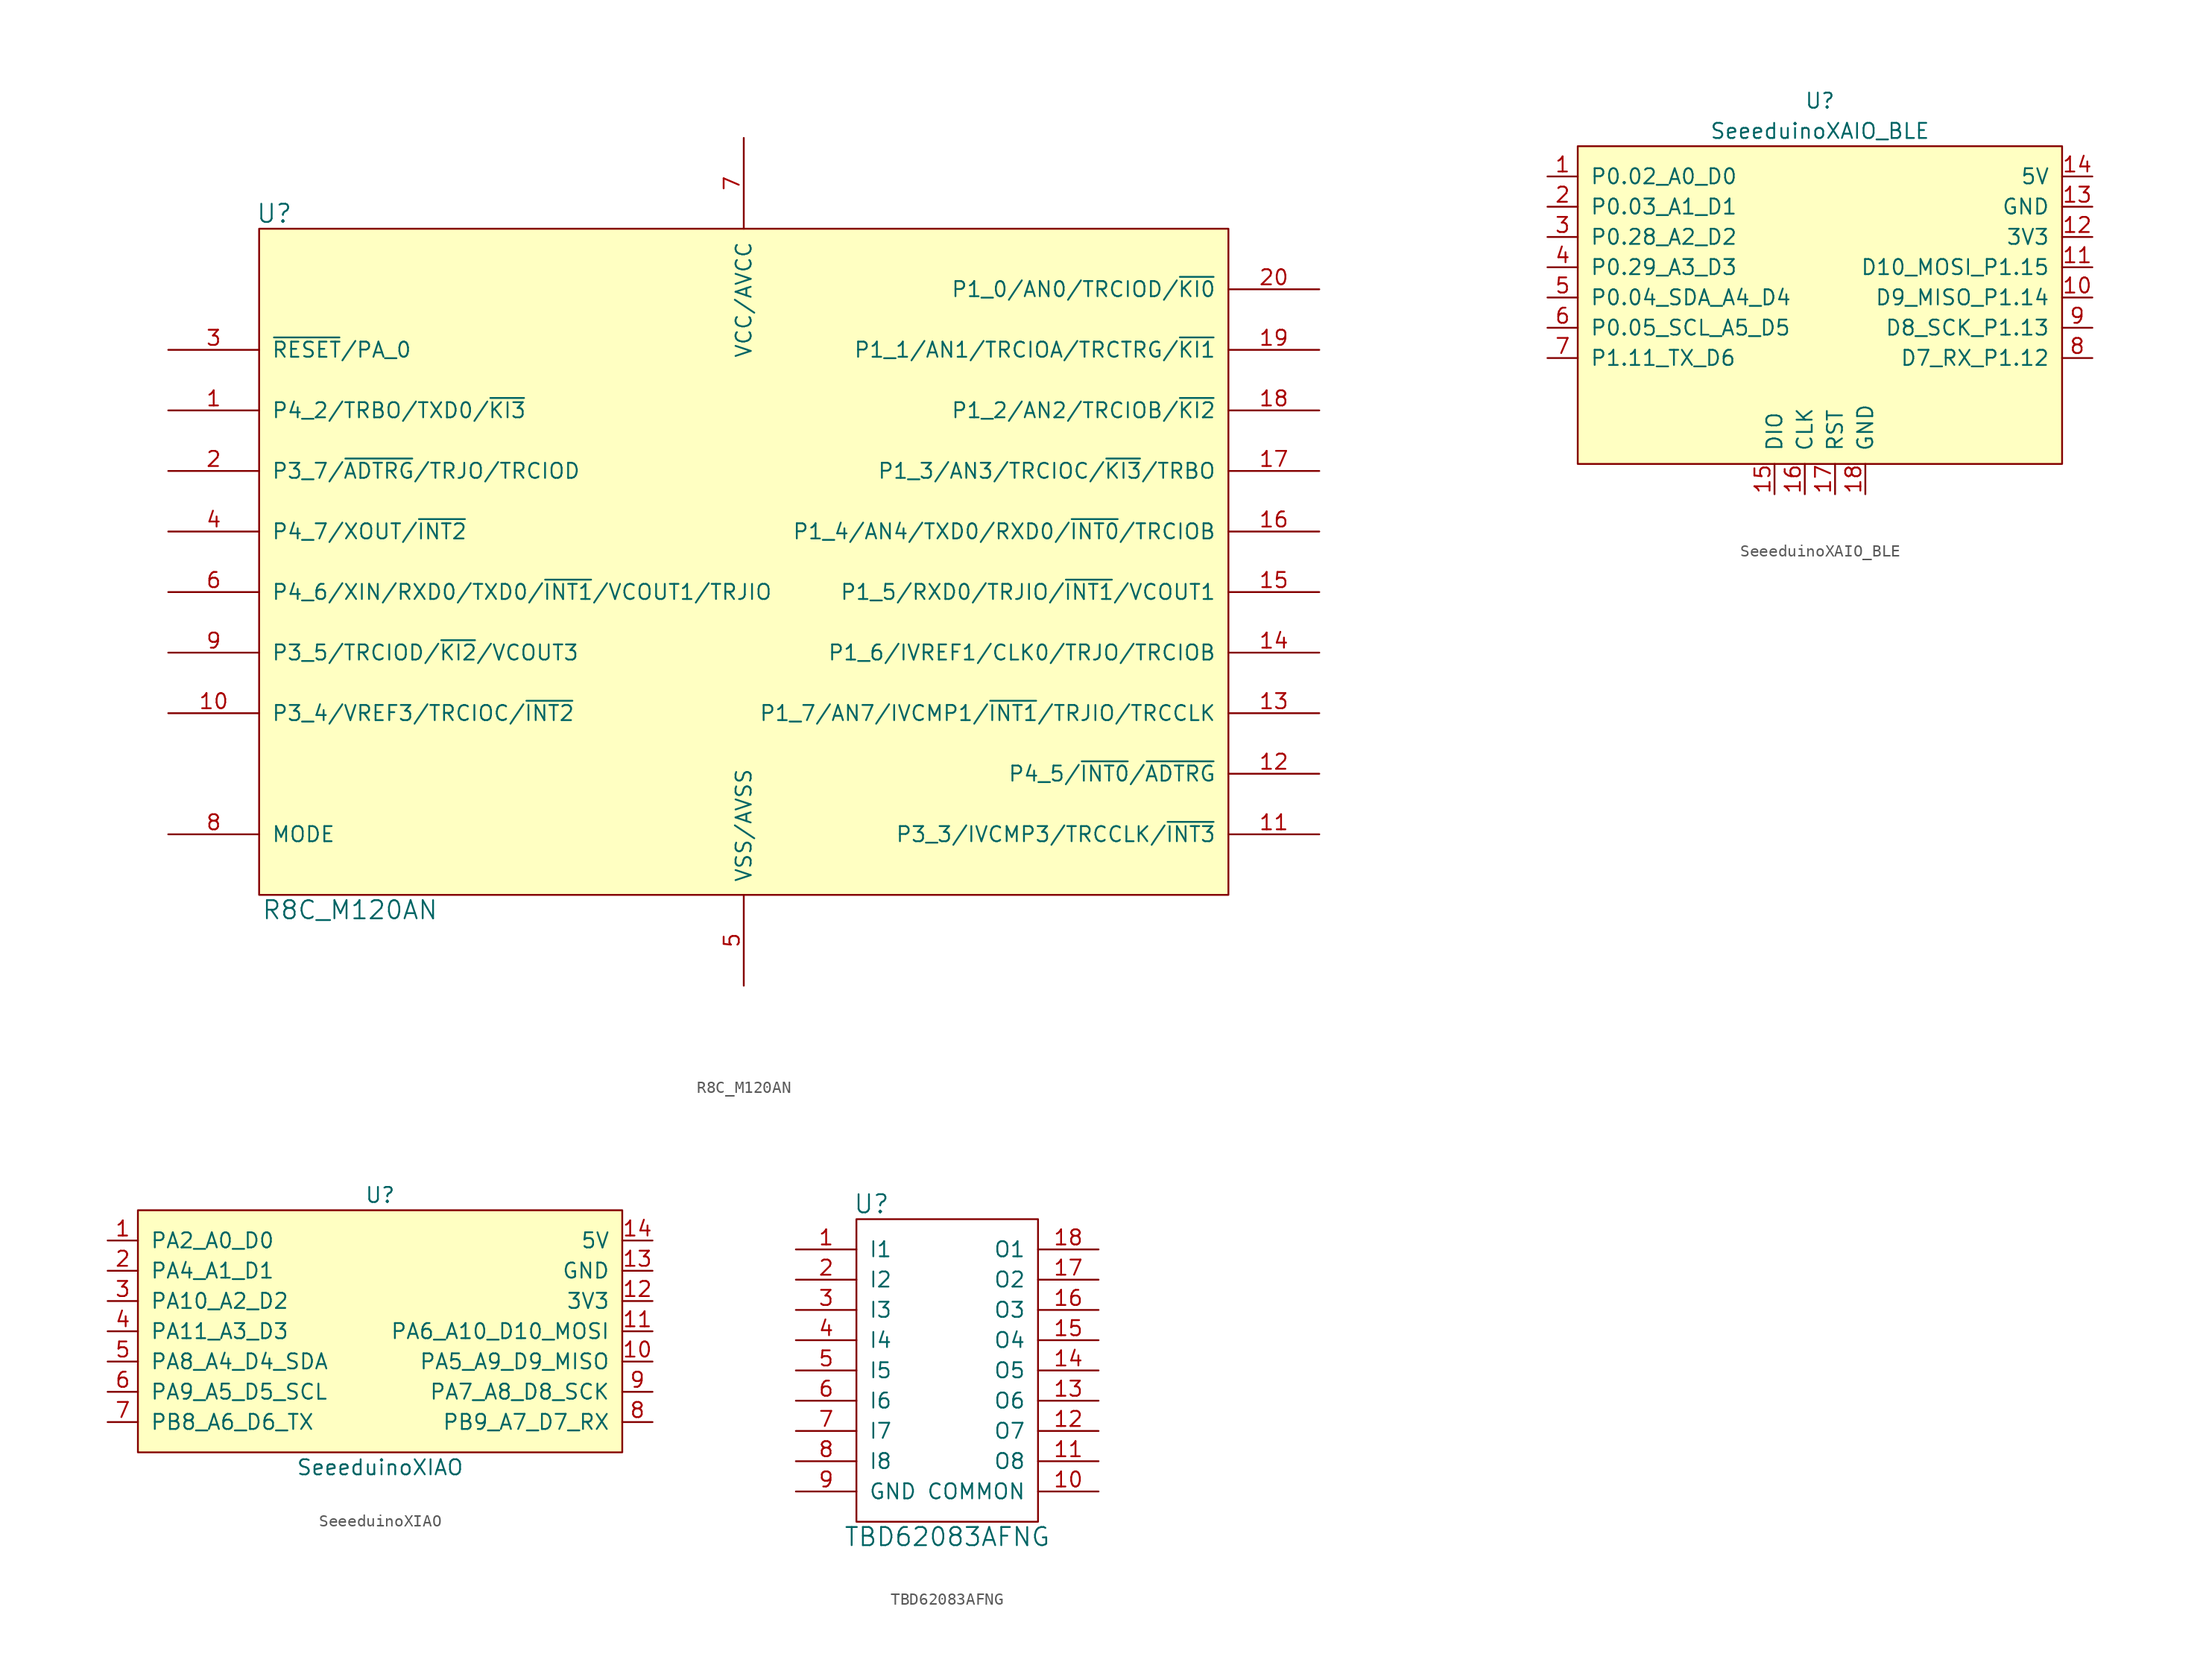
<source format=kicad_sym>
(kicad_symbol_lib
  (version 20211014)
  (generator kicad_symbol_editor)
  (symbol "R8C_M120AN"
    (pin_names
      (offset 1.016))
    (property "Reference" "U"
      (at -39.37 29.21 0)
      (effects (font (size 1.524 1.524))))
    (property "Value" "R8C_M120AN"
      (at -33.02 -29.21 0)
      (effects (font (size 1.524 1.524))))
    (property "Footprint" ""
      (at 0 0 0)
      (effects (font (size 1.524 1.524))))
    (property "Datasheet" ""
      (at 0 0 0)
      (effects (font (size 1.524 1.524))))
    (symbol "R8C_M120AN_0_1"
      (rectangle (start -40.64 27.94) (end 40.64 -27.94) (stroke (width 0) (type default) (color 0 0 0 0)) (fill (type background))))
    (symbol "R8C_M120AN_1_1"
      (pin bidirectional line (at -48.26 12.7 0) (length 7.62) (name "P4_2/TRBO/TXD0/~{KI3}" (effects (font (size 1.27 1.27)))) (number "1" (effects (font (size 1.27 1.27)))))
      (pin bidirectional line (at -48.26 -12.7 0) (length 7.62) (name "P3_4/VREF3/TRCIOC/~{INT2}" (effects (font (size 1.27 1.27)))) (number "10" (effects (font (size 1.27 1.27)))))
      (pin bidirectional line (at 48.26 -22.86 180) (length 7.62) (name "P3_3/IVCMP3/TRCCLK/~{INT3}" (effects (font (size 1.27 1.27)))) (number "11" (effects (font (size 1.27 1.27)))))
      (pin bidirectional line (at 48.26 -17.78 180) (length 7.62) (name "P4_5/~{INT0}/~{ADTRG}" (effects (font (size 1.27 1.27)))) (number "12" (effects (font (size 1.27 1.27)))))
      (pin bidirectional line (at 48.26 -12.7 180) (length 7.62) (name "P1_7/AN7/IVCMP1/~{INT1}/TRJIO/TRCCLK" (effects (font (size 1.27 1.27)))) (number "13" (effects (font (size 1.27 1.27)))))
      (pin bidirectional line (at 48.26 -7.62 180) (length 7.62) (name "P1_6/IVREF1/CLK0/TRJO/TRCIOB" (effects (font (size 1.27 1.27)))) (number "14" (effects (font (size 1.27 1.27)))))
      (pin bidirectional line (at 48.26 -2.54 180) (length 7.62) (name "P1_5/RXD0/TRJIO/~{INT1}/VCOUT1" (effects (font (size 1.27 1.27)))) (number "15" (effects (font (size 1.27 1.27)))))
      (pin bidirectional line (at 48.26 2.54 180) (length 7.62) (name "P1_4/AN4/TXD0/RXD0/~{INT0}/TRCIOB" (effects (font (size 1.27 1.27)))) (number "16" (effects (font (size 1.27 1.27)))))
      (pin bidirectional line (at 48.26 7.62 180) (length 7.62) (name "P1_3/AN3/TRCIOC/~{KI3}/TRBO" (effects (font (size 1.27 1.27)))) (number "17" (effects (font (size 1.27 1.27)))))
      (pin bidirectional line (at 48.26 12.7 180) (length 7.62) (name "P1_2/AN2/TRCIOB/~{KI2}" (effects (font (size 1.27 1.27)))) (number "18" (effects (font (size 1.27 1.27)))))
      (pin bidirectional line (at 48.26 17.78 180) (length 7.62) (name "P1_1/AN1/TRCIOA/TRCTRG/~{KI1}" (effects (font (size 1.27 1.27)))) (number "19" (effects (font (size 1.27 1.27)))))
      (pin bidirectional line (at -48.26 7.62 0) (length 7.62) (name "P3_7/~{ADTRG}/TRJO/TRCIOD" (effects (font (size 1.27 1.27)))) (number "2" (effects (font (size 1.27 1.27)))))
      (pin bidirectional line (at 48.26 22.86 180) (length 7.62) (name "P1_0/AN0/TRCIOD/~{KI0}" (effects (font (size 1.27 1.27)))) (number "20" (effects (font (size 1.27 1.27)))))
      (pin bidirectional line (at -48.26 17.78 0) (length 7.62) (name "~{RESET}/PA_0" (effects (font (size 1.27 1.27)))) (number "3" (effects (font (size 1.27 1.27)))))
      (pin bidirectional line (at -48.26 2.54 0) (length 7.62) (name "P4_7/XOUT/~{INT2}" (effects (font (size 1.27 1.27)))) (number "4" (effects (font (size 1.27 1.27)))))
      (pin power_in line (at 0 -35.56 90) (length 7.62) (name "VSS/AVSS" (effects (font (size 1.27 1.27)))) (number "5" (effects (font (size 1.27 1.27)))))
      (pin bidirectional line (at -48.26 -2.54 0) (length 7.62) (name "P4_6/XIN/RXD0/TXD0/~{INT1}/VCOUT1/TRJIO" (effects (font (size 1.27 1.27)))) (number "6" (effects (font (size 1.27 1.27)))))
      (pin power_in line (at 0 35.56 270) (length 7.62) (name "VCC/AVCC" (effects (font (size 1.27 1.27)))) (number "7" (effects (font (size 1.27 1.27)))))
      (pin input line (at -48.26 -22.86 0) (length 7.62) (name "MODE" (effects (font (size 1.27 1.27)))) (number "8" (effects (font (size 1.27 1.27)))))
      (pin bidirectional line (at -48.26 -7.62 0) (length 7.62) (name "P3_5/TRCIOD/~{KI2}/VCOUT3" (effects (font (size 1.27 1.27)))) (number "9" (effects (font (size 1.27 1.27)))))))
  (symbol "SeeeduinoXAIO_BLE"
    (pin_names
      (offset 1.016))
    (property "Reference" "U"
      (at 0 16.51 0)
      (effects (font (size 1.27 1.27))))
    (property "Value" "SeeeduinoXAIO_BLE"
      (at 0 13.97 0)
      (effects (font (size 1.27 1.27))))
    (symbol "SeeeduinoXAIO_BLE_1_1"
      (rectangle (start -20.32 12.7) (end 20.32 -13.97) (stroke (width 0) (type default) (color 0 0 0 0)) (fill (type background)))
      (pin bidirectional line (at -22.86 10.16 0) (length 2.54) (name "P0.02_A0_D0" (effects (font (size 1.27 1.27)))) (number "1" (effects (font (size 1.27 1.27)))))
      (pin bidirectional line (at 22.86 0 180) (length 2.54) (name "D9_MISO_P1.14" (effects (font (size 1.27 1.27)))) (number "10" (effects (font (size 1.27 1.27)))))
      (pin bidirectional line (at 22.86 2.54 180) (length 2.54) (name "D10_MOSI_P1.15" (effects (font (size 1.27 1.27)))) (number "11" (effects (font (size 1.27 1.27)))))
      (pin power_in line (at 22.86 5.08 180) (length 2.54) (name "3V3" (effects (font (size 1.27 1.27)))) (number "12" (effects (font (size 1.27 1.27)))))
      (pin power_in line (at 22.86 7.62 180) (length 2.54) (name "GND" (effects (font (size 1.27 1.27)))) (number "13" (effects (font (size 1.27 1.27)))))
      (pin power_in line (at 22.86 10.16 180) (length 2.54) (name "5V" (effects (font (size 1.27 1.27)))) (number "14" (effects (font (size 1.27 1.27)))))
      (pin bidirectional line (at -3.81 -16.51 90) (length 2.54) (name "DIO" (effects (font (size 1.27 1.27)))) (number "15" (effects (font (size 1.27 1.27)))))
      (pin bidirectional line (at -1.27 -16.51 90) (length 2.54) (name "CLK" (effects (font (size 1.27 1.27)))) (number "16" (effects (font (size 1.27 1.27)))))
      (pin bidirectional line (at 1.27 -16.51 90) (length 2.54) (name "RST" (effects (font (size 1.27 1.27)))) (number "17" (effects (font (size 1.27 1.27)))))
      (pin power_in line (at 3.81 -16.51 90) (length 2.54) (name "GND" (effects (font (size 1.27 1.27)))) (number "18" (effects (font (size 1.27 1.27)))))
      (pin bidirectional line (at -22.86 7.62 0) (length 2.54) (name "P0.03_A1_D1" (effects (font (size 1.27 1.27)))) (number "2" (effects (font (size 1.27 1.27)))))
      (pin bidirectional line (at -22.86 5.08 0) (length 2.54) (name "P0.28_A2_D2" (effects (font (size 1.27 1.27)))) (number "3" (effects (font (size 1.27 1.27)))))
      (pin bidirectional line (at -22.86 2.54 0) (length 2.54) (name "P0.29_A3_D3" (effects (font (size 1.27 1.27)))) (number "4" (effects (font (size 1.27 1.27)))))
      (pin bidirectional line (at -22.86 0 0) (length 2.54) (name "P0.04_SDA_A4_D4" (effects (font (size 1.27 1.27)))) (number "5" (effects (font (size 1.27 1.27)))))
      (pin bidirectional line (at -22.86 -2.54 0) (length 2.54) (name "P0.05_SCL_A5_D5" (effects (font (size 1.27 1.27)))) (number "6" (effects (font (size 1.27 1.27)))))
      (pin bidirectional line (at -22.86 -5.08 0) (length 2.54) (name "P1.11_TX_D6" (effects (font (size 1.27 1.27)))) (number "7" (effects (font (size 1.27 1.27)))))
      (pin bidirectional line (at 22.86 -5.08 180) (length 2.54) (name "D7_RX_P1.12" (effects (font (size 1.27 1.27)))) (number "8" (effects (font (size 1.27 1.27)))))
      (pin bidirectional line (at 22.86 -2.54 180) (length 2.54) (name "D8_SCK_P1.13" (effects (font (size 1.27 1.27)))) (number "9" (effects (font (size 1.27 1.27)))))))
  (symbol "SeeeduinoXIAO"
    (pin_names
      (offset 1.016))
    (property "Reference" "U"
      (at 0 11.43 0)
      (effects (font (size 1.27 1.27))))
    (property "Value" "SeeeduinoXIAO"
      (at 0 -11.43 0)
      (effects (font (size 1.27 1.27))))
    (symbol "SeeeduinoXIAO_0_1"
      (rectangle (start -20.32 10.16) (end 20.32 -10.16) (stroke (width 0) (type default) (color 0 0 0 0)) (fill (type background))))
    (symbol "SeeeduinoXIAO_1_1"
      (pin bidirectional line (at -22.86 7.62 0) (length 2.54) (name "PA2_A0_D0" (effects (font (size 1.27 1.27)))) (number "1" (effects (font (size 1.27 1.27)))))
      (pin bidirectional line (at 22.86 -2.54 180) (length 2.54) (name "PA5_A9_D9_MISO" (effects (font (size 1.27 1.27)))) (number "10" (effects (font (size 1.27 1.27)))))
      (pin bidirectional line (at 22.86 0 180) (length 2.54) (name "PA6_A10_D10_MOSI" (effects (font (size 1.27 1.27)))) (number "11" (effects (font (size 1.27 1.27)))))
      (pin power_in line (at 22.86 2.54 180) (length 2.54) (name "3V3" (effects (font (size 1.27 1.27)))) (number "12" (effects (font (size 1.27 1.27)))))
      (pin power_in line (at 22.86 5.08 180) (length 2.54) (name "GND" (effects (font (size 1.27 1.27)))) (number "13" (effects (font (size 1.27 1.27)))))
      (pin power_in line (at 22.86 7.62 180) (length 2.54) (name "5V" (effects (font (size 1.27 1.27)))) (number "14" (effects (font (size 1.27 1.27)))))
      (pin bidirectional line (at -22.86 5.08 0) (length 2.54) (name "PA4_A1_D1" (effects (font (size 1.27 1.27)))) (number "2" (effects (font (size 1.27 1.27)))))
      (pin bidirectional line (at -22.86 2.54 0) (length 2.54) (name "PA10_A2_D2" (effects (font (size 1.27 1.27)))) (number "3" (effects (font (size 1.27 1.27)))))
      (pin bidirectional line (at -22.86 0 0) (length 2.54) (name "PA11_A3_D3" (effects (font (size 1.27 1.27)))) (number "4" (effects (font (size 1.27 1.27)))))
      (pin bidirectional line (at -22.86 -2.54 0) (length 2.54) (name "PA8_A4_D4_SDA" (effects (font (size 1.27 1.27)))) (number "5" (effects (font (size 1.27 1.27)))))
      (pin bidirectional line (at -22.86 -5.08 0) (length 2.54) (name "PA9_A5_D5_SCL" (effects (font (size 1.27 1.27)))) (number "6" (effects (font (size 1.27 1.27)))))
      (pin bidirectional line (at -22.86 -7.62 0) (length 2.54) (name "PB8_A6_D6_TX" (effects (font (size 1.27 1.27)))) (number "7" (effects (font (size 1.27 1.27)))))
      (pin bidirectional line (at 22.86 -7.62 180) (length 2.54) (name "PB9_A7_D7_RX" (effects (font (size 1.27 1.27)))) (number "8" (effects (font (size 1.27 1.27)))))
      (pin bidirectional line (at 22.86 -5.08 180) (length 2.54) (name "PA7_A8_D8_SCK" (effects (font (size 1.27 1.27)))) (number "9" (effects (font (size 1.27 1.27)))))))
  (symbol "TBD62083AFNG"
    (pin_names
      (offset 1.016))
    (property "Reference" "U"
      (at -6.35 13.97 0)
      (effects (font (size 1.524 1.524))))
    (property "Value" "TBD62083AFNG"
      (at 0 -13.97 0)
      (effects (font (size 1.524 1.524))))
    (property "Footprint" ""
      (at 5.08 10.16 0)
      (effects (font (size 1.524 1.524))))
    (property "Datasheet" ""
      (at 5.08 10.16 0)
      (effects (font (size 1.524 1.524))))
    (symbol "TBD62083AFNG_0_1"
      (rectangle (start -7.62 12.7) (end 7.62 -12.7) (stroke (width 0) (type default) (color 0 0 0 0)) (fill (type none))))
    (symbol "TBD62083AFNG_1_1"
      (pin input line (at -12.7 10.16 0) (length 5.08) (name "I1" (effects (font (size 1.27 1.27)))) (number "1" (effects (font (size 1.27 1.27)))))
      (pin power_in line (at 12.7 -10.16 180) (length 5.08) (name "COMMON" (effects (font (size 1.27 1.27)))) (number "10" (effects (font (size 1.27 1.27)))))
      (pin output line (at 12.7 -7.62 180) (length 5.08) (name "O8" (effects (font (size 1.27 1.27)))) (number "11" (effects (font (size 1.27 1.27)))))
      (pin output line (at 12.7 -5.08 180) (length 5.08) (name "O7" (effects (font (size 1.27 1.27)))) (number "12" (effects (font (size 1.27 1.27)))))
      (pin output line (at 12.7 -2.54 180) (length 5.08) (name "O6" (effects (font (size 1.27 1.27)))) (number "13" (effects (font (size 1.27 1.27)))))
      (pin output line (at 12.7 0 180) (length 5.08) (name "O5" (effects (font (size 1.27 1.27)))) (number "14" (effects (font (size 1.27 1.27)))))
      (pin output line (at 12.7 2.54 180) (length 5.08) (name "O4" (effects (font (size 1.27 1.27)))) (number "15" (effects (font (size 1.27 1.27)))))
      (pin output line (at 12.7 5.08 180) (length 5.08) (name "O3" (effects (font (size 1.27 1.27)))) (number "16" (effects (font (size 1.27 1.27)))))
      (pin output line (at 12.7 7.62 180) (length 5.08) (name "O2" (effects (font (size 1.27 1.27)))) (number "17" (effects (font (size 1.27 1.27)))))
      (pin output line (at 12.7 10.16 180) (length 5.08) (name "O1" (effects (font (size 1.27 1.27)))) (number "18" (effects (font (size 1.27 1.27)))))
      (pin input line (at -12.7 7.62 0) (length 5.08) (name "I2" (effects (font (size 1.27 1.27)))) (number "2" (effects (font (size 1.27 1.27)))))
      (pin input line (at -12.7 5.08 0) (length 5.08) (name "I3" (effects (font (size 1.27 1.27)))) (number "3" (effects (font (size 1.27 1.27)))))
      (pin input line (at -12.7 2.54 0) (length 5.08) (name "I4" (effects (font (size 1.27 1.27)))) (number "4" (effects (font (size 1.27 1.27)))))
      (pin input line (at -12.7 0 0) (length 5.08) (name "I5" (effects (font (size 1.27 1.27)))) (number "5" (effects (font (size 1.27 1.27)))))
      (pin input line (at -12.7 -2.54 0) (length 5.08) (name "I6" (effects (font (size 1.27 1.27)))) (number "6" (effects (font (size 1.27 1.27)))))
      (pin input line (at -12.7 -5.08 0) (length 5.08) (name "I7" (effects (font (size 1.27 1.27)))) (number "7" (effects (font (size 1.27 1.27)))))
      (pin input line (at -12.7 -7.62 0) (length 5.08) (name "I8" (effects (font (size 1.27 1.27)))) (number "8" (effects (font (size 1.27 1.27)))))
      (pin power_in line (at -12.7 -10.16 0) (length 5.08) (name "GND" (effects (font (size 1.27 1.27)))) (number "9" (effects (font (size 1.27 1.27))))))))
</source>
